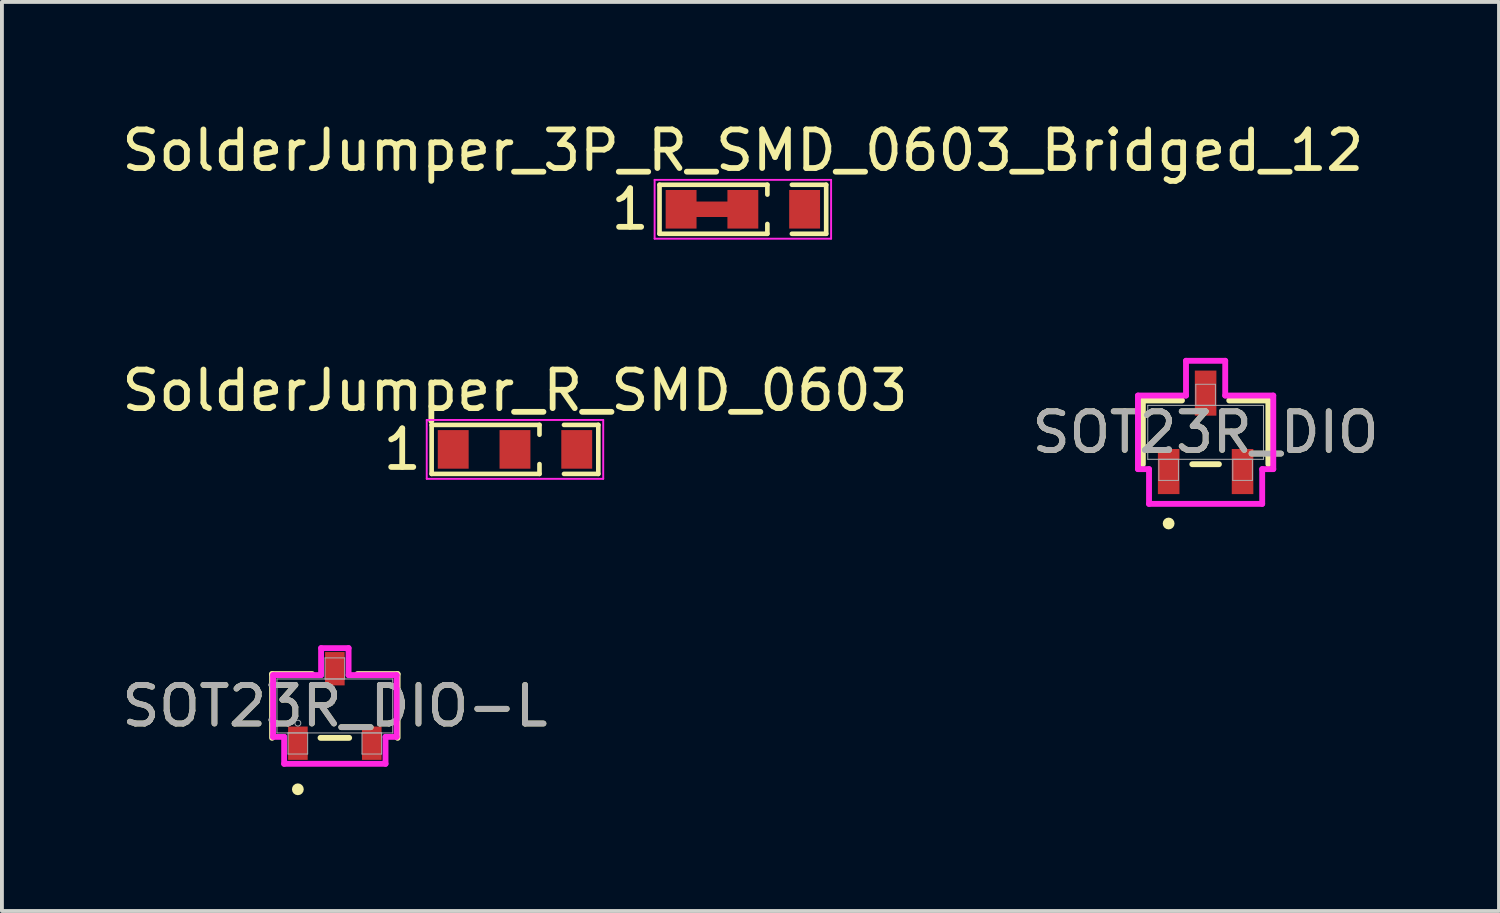
<source format=kicad_pcb>
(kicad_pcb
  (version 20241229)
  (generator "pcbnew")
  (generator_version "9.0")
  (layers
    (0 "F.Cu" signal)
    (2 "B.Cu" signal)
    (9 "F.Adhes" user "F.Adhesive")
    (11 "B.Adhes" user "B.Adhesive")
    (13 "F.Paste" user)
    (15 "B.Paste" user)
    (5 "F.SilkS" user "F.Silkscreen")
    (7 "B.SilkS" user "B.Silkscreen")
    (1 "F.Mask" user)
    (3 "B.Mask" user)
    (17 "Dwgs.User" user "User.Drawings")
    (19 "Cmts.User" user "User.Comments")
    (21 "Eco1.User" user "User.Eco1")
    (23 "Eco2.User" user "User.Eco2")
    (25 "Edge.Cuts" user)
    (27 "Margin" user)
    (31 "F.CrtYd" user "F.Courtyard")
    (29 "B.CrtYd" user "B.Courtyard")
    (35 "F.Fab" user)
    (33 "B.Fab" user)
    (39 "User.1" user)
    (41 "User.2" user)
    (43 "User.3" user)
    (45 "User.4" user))
  (footprint "SolderJumper_R_SMD_0603"
    (layer "F.Cu")
    (at 10.292 8.593)
    (property "Reference" "SolderJumper_R_SMD_0603" (at 0 -1.524 0) (layer "F.SilkS") (effects (font (size 1 1) (thickness 0.15))))
    (attr exclude_from_pos_files exclude_from_bom)
    (fp_line (start -2.159 -0.635) (end 0.635 -0.635) (stroke (width 0.12) (type solid)) (layer "F.SilkS"))
    (fp_line (start -2.159 0.635) (end -2.159 -0.635) (stroke (width 0.12) (type solid)) (layer "F.SilkS"))
    (fp_line (start 0.635 -0.635) (end 0.635 -0.381) (stroke (width 0.12) (type solid)) (layer "F.SilkS"))
    (fp_line (start 0.635 0.381) (end 0.635 0.635) (stroke (width 0.12) (type solid)) (layer "F.SilkS"))
    (fp_line (start 0.635 0.635) (end -2.159 0.635) (stroke (width 0.12) (type solid)) (layer "F.SilkS"))
    (fp_line (start 1.27 -0.635) (end 2.159 -0.635) (stroke (width 0.12) (type solid)) (layer "F.SilkS"))
    (fp_line (start 1.27 0.635) (end 2.159 0.635) (stroke (width 0.12) (type solid)) (layer "F.SilkS"))
    (fp_line (start 2.159 -0.635) (end 2.159 0.635) (stroke (width 0.12) (type solid)) (layer "F.SilkS"))
    (fp_line (start -2.286 -0.762) (end -2.286 0.762) (stroke (width 0.05) (type solid)) (layer "F.CrtYd"))
    (fp_line (start -2.286 -0.762) (end 2.286 -0.762) (stroke (width 0.05) (type solid)) (layer "F.CrtYd"))
    (fp_line (start 2.286 0.762) (end -2.286 0.762) (stroke (width 0.05) (type solid)) (layer "F.CrtYd"))
    (fp_line (start 2.286 0.762) (end 2.286 -0.762) (stroke (width 0.05) (type solid)) (layer "F.CrtYd"))
    (fp_text user "1" (at -2.921 0 0) (layer "F.SilkS") (effects (font (size 1 1) (thickness 0.15))))
    (pad "1" smd rect (at -1.6 0) (size 0.8 1) (layers "F.Cu" "F.Mask"))
    (pad "2" smd rect (at 0 0) (size 0.8 1) (layers "F.Cu" "F.Mask"))
    (pad "3" smd rect (at 1.6 0) (size 0.8 1) (layers "F.Cu" "F.Mask")))
  (footprint "SOT23R_DIO"
    (layer "F.Cu")
    (at 28.185 8.151)
    (property "Reference" "SOT23R_DIO" (at 0 0 0) (unlocked yes) (layer "F.SilkS") (effects (font (size 1 1) (thickness 0.15))))
    (attr smd)
    (fp_line (start -1.626 -0.826) (end -1.626 0.826) (stroke (width 0.152) (type solid)) (layer "F.SilkS"))
    (fp_line (start -0.612 -0.826) (end -1.626 -0.826) (stroke (width 0.152) (type solid)) (layer "F.SilkS"))
    (fp_line (start -0.345 0.826) (end 0.345 0.826) (stroke (width 0.152) (type solid)) (layer "F.SilkS"))
    (fp_line (start 1.626 -0.826) (end 0.612 -0.826) (stroke (width 0.152) (type solid)) (layer "F.SilkS"))
    (fp_line (start 1.626 0.826) (end 1.626 -0.826) (stroke (width 0.152) (type solid)) (layer "F.SilkS"))
    (fp_circle (center -0.958 2.362) (end -0.881 2.362) (stroke (width 0.152) (type solid)) (fill no) (layer "F.SilkS"))
    (fp_line (start -1.753 -0.953) (end -0.508 -0.953) (stroke (width 0.152) (type solid)) (layer "F.CrtYd"))
    (fp_line (start -1.753 0.953) (end -1.753 -0.953) (stroke (width 0.152) (type solid)) (layer "F.CrtYd"))
    (fp_line (start -1.753 0.953) (end -1.466 0.953) (stroke (width 0.152) (type solid)) (layer "F.CrtYd"))
    (fp_line (start -1.466 0.953) (end -1.466 1.854) (stroke (width 0.152) (type solid)) (layer "F.CrtYd"))
    (fp_line (start -1.466 1.854) (end 1.466 1.854) (stroke (width 0.152) (type solid)) (layer "F.CrtYd"))
    (fp_line (start -0.508 -1.854) (end 0.508 -1.854) (stroke (width 0.152) (type solid)) (layer "F.CrtYd"))
    (fp_line (start -0.508 -0.953) (end -0.508 -1.854) (stroke (width 0.152) (type solid)) (layer "F.CrtYd"))
    (fp_line (start 0.508 -0.953) (end 0.508 -1.854) (stroke (width 0.152) (type solid)) (layer "F.CrtYd"))
    (fp_line (start 1.466 0.953) (end 1.466 1.854) (stroke (width 0.152) (type solid)) (layer "F.CrtYd"))
    (fp_line (start 1.753 -0.953) (end 0.508 -0.953) (stroke (width 0.152) (type solid)) (layer "F.CrtYd"))
    (fp_line (start 1.753 -0.953) (end 1.753 0.953) (stroke (width 0.152) (type solid)) (layer "F.CrtYd"))
    (fp_line (start 1.753 0.953) (end 1.466 0.953) (stroke (width 0.152) (type solid)) (layer "F.CrtYd"))
    (fp_line (start -1.499 -0.699) (end -1.499 0.699) (stroke (width 0.025) (type solid)) (layer "F.Fab"))
    (fp_line (start -1.499 0.699) (end 1.499 0.699) (stroke (width 0.025) (type solid)) (layer "F.Fab"))
    (fp_line (start -1.212 0.699) (end -1.212 1.245) (stroke (width 0.025) (type solid)) (layer "F.Fab"))
    (fp_line (start -1.212 1.245) (end -0.704 1.245) (stroke (width 0.025) (type solid)) (layer "F.Fab"))
    (fp_line (start -0.704 0.699) (end -1.212 0.699) (stroke (width 0.025) (type solid)) (layer "F.Fab"))
    (fp_line (start -0.704 1.245) (end -0.704 0.699) (stroke (width 0.025) (type solid)) (layer "F.Fab"))
    (fp_line (start -0.254 -1.245) (end -0.254 -0.699) (stroke (width 0.025) (type solid)) (layer "F.Fab"))
    (fp_line (start -0.254 -0.699) (end 0.254 -0.699) (stroke (width 0.025) (type solid)) (layer "F.Fab"))
    (fp_line (start 0.254 -1.245) (end -0.254 -1.245) (stroke (width 0.025) (type solid)) (layer "F.Fab"))
    (fp_line (start 0.254 -0.699) (end 0.254 -1.245) (stroke (width 0.025) (type solid)) (layer "F.Fab"))
    (fp_line (start 0.704 0.699) (end 0.704 1.245) (stroke (width 0.025) (type solid)) (layer "F.Fab"))
    (fp_line (start 0.704 1.245) (end 1.212 1.245) (stroke (width 0.025) (type solid)) (layer "F.Fab"))
    (fp_line (start 1.212 0.699) (end 0.704 0.699) (stroke (width 0.025) (type solid)) (layer "F.Fab"))
    (fp_line (start 1.212 1.245) (end 1.212 0.699) (stroke (width 0.025) (type solid)) (layer "F.Fab"))
    (fp_line (start 1.499 -0.699) (end -1.499 -0.699) (stroke (width 0.025) (type solid)) (layer "F.Fab"))
    (fp_line (start 1.499 0.699) (end 1.499 -0.699) (stroke (width 0.025) (type solid)) (layer "F.Fab"))
    (fp_circle (center -0.958 0.445) (end -0.881 0.445) (stroke (width 0.025) (type solid)) (fill no) (layer "F.Fab"))
    (fp_text user "${REFERENCE}" (at 0 0 0) (unlocked yes) (layer "F.Fab") (effects (font (size 1 1) (thickness 0.15))))
    (pad "1" smd rect (at -0.957 1.016) (size 0.559 1.168) (layers "F.Cu" "F.Mask" "F.Paste"))
    (pad "2" smd rect (at 0.957 1.016) (size 0.559 1.168) (layers "F.Cu" "F.Mask" "F.Paste"))
    (pad "3" smd rect (at 0 -1.016) (size 0.559 1.168) (layers "F.Cu" "F.Mask" "F.Paste")))
  (footprint "SOT23R_DIO-L"
    (layer "F.Cu")
    (at 5.625 15.24)
    (property "Reference" "SOT23R_DIO-L" (at 0 0 0) (unlocked yes) (layer "F.SilkS") (effects (font (size 1 1) (thickness 0.15))))
    (attr smd)
    (fp_line (start -1.626 -0.826) (end -1.626 0.826) (stroke (width 0.152) (type solid)) (layer "F.SilkS"))
    (fp_line (start -0.587 -0.826) (end -1.626 -0.826) (stroke (width 0.152) (type solid)) (layer "F.SilkS"))
    (fp_line (start -0.371 0.826) (end 0.371 0.826) (stroke (width 0.152) (type solid)) (layer "F.SilkS"))
    (fp_line (start 1.626 -0.826) (end 0.587 -0.826) (stroke (width 0.152) (type solid)) (layer "F.SilkS"))
    (fp_line (start 1.626 0.826) (end 1.626 -0.826) (stroke (width 0.152) (type solid)) (layer "F.SilkS"))
    (fp_circle (center -0.958 2.159) (end -0.881 2.159) (stroke (width 0.152) (type solid)) (fill no) (layer "F.SilkS"))
    (fp_line (start -1.6 -0.8) (end -0.356 -0.8) (stroke (width 0.152) (type solid)) (layer "F.CrtYd"))
    (fp_line (start -1.6 0.8) (end -1.6 -0.8) (stroke (width 0.152) (type solid)) (layer "F.CrtYd"))
    (fp_line (start -1.6 0.8) (end -1.313 0.8) (stroke (width 0.152) (type solid)) (layer "F.CrtYd"))
    (fp_line (start -1.313 0.8) (end -1.313 1.499) (stroke (width 0.152) (type solid)) (layer "F.CrtYd"))
    (fp_line (start -1.313 1.499) (end 1.313 1.499) (stroke (width 0.152) (type solid)) (layer "F.CrtYd"))
    (fp_line (start -0.356 -1.499) (end 0.356 -1.499) (stroke (width 0.152) (type solid)) (layer "F.CrtYd"))
    (fp_line (start -0.356 -0.8) (end -0.356 -1.499) (stroke (width 0.152) (type solid)) (layer "F.CrtYd"))
    (fp_line (start 0.356 -0.8) (end 0.356 -1.499) (stroke (width 0.152) (type solid)) (layer "F.CrtYd"))
    (fp_line (start 1.313 0.8) (end 1.313 1.499) (stroke (width 0.152) (type solid)) (layer "F.CrtYd"))
    (fp_line (start 1.6 -0.8) (end 0.356 -0.8) (stroke (width 0.152) (type solid)) (layer "F.CrtYd"))
    (fp_line (start 1.6 -0.8) (end 1.6 0.8) (stroke (width 0.152) (type solid)) (layer "F.CrtYd"))
    (fp_line (start 1.6 0.8) (end 1.313 0.8) (stroke (width 0.152) (type solid)) (layer "F.CrtYd"))
    (fp_line (start -1.499 -0.699) (end -1.499 0.699) (stroke (width 0.025) (type solid)) (layer "F.Fab"))
    (fp_line (start -1.499 0.699) (end 1.499 0.699) (stroke (width 0.025) (type solid)) (layer "F.Fab"))
    (fp_line (start -1.212 0.699) (end -1.212 1.245) (stroke (width 0.025) (type solid)) (layer "F.Fab"))
    (fp_line (start -1.212 1.245) (end -0.704 1.245) (stroke (width 0.025) (type solid)) (layer "F.Fab"))
    (fp_line (start -0.704 0.699) (end -1.212 0.699) (stroke (width 0.025) (type solid)) (layer "F.Fab"))
    (fp_line (start -0.704 1.245) (end -0.704 0.699) (stroke (width 0.025) (type solid)) (layer "F.Fab"))
    (fp_line (start -0.254 -1.245) (end -0.254 -0.699) (stroke (width 0.025) (type solid)) (layer "F.Fab"))
    (fp_line (start -0.254 -0.699) (end 0.254 -0.699) (stroke (width 0.025) (type solid)) (layer "F.Fab"))
    (fp_line (start 0.254 -1.245) (end -0.254 -1.245) (stroke (width 0.025) (type solid)) (layer "F.Fab"))
    (fp_line (start 0.254 -0.699) (end 0.254 -1.245) (stroke (width 0.025) (type solid)) (layer "F.Fab"))
    (fp_line (start 0.704 0.699) (end 0.704 1.245) (stroke (width 0.025) (type solid)) (layer "F.Fab"))
    (fp_line (start 0.704 1.245) (end 1.212 1.245) (stroke (width 0.025) (type solid)) (layer "F.Fab"))
    (fp_line (start 1.212 0.699) (end 0.704 0.699) (stroke (width 0.025) (type solid)) (layer "F.Fab"))
    (fp_line (start 1.212 1.245) (end 1.212 0.699) (stroke (width 0.025) (type solid)) (layer "F.Fab"))
    (fp_line (start 1.499 -0.699) (end -1.499 -0.699) (stroke (width 0.025) (type solid)) (layer "F.Fab"))
    (fp_line (start 1.499 0.699) (end 1.499 -0.699) (stroke (width 0.025) (type solid)) (layer "F.Fab"))
    (fp_circle (center -0.958 0.445) (end -0.881 0.445) (stroke (width 0.025) (type solid)) (fill no) (layer "F.Fab"))
    (fp_text user "${REFERENCE}" (at 0 0 0) (unlocked yes) (layer "F.Fab") (effects (font (size 1 1) (thickness 0.15))))
    (pad "1" smd rect (at -0.957 0.965) (size 0.508 0.864) (layers "F.Cu" "F.Mask" "F.Paste"))
    (pad "2" smd rect (at 0.957 0.965) (size 0.508 0.864) (layers "F.Cu" "F.Mask" "F.Paste"))
    (pad "3" smd rect (at 0 -0.965) (size 0.508 0.864) (layers "F.Cu" "F.Mask" "F.Paste")))
  (footprint "SolderJumper_3P_R_SMD_0603_Bridged_12"
    (layer "F.Cu")
    (at 16.196 2.372)
    (property "Reference" "SolderJumper_3P_R_SMD_0603_Bridged_12" (at 0 -1.524 0) (layer "F.SilkS") (effects (font (size 1 1) (thickness 0.15))))
    (attr exclude_from_pos_files exclude_from_bom)
    (fp_line (start -1.524 0) (end -0.254 0) (stroke (width 0.4) (type default)) (layer "F.Cu"))
    (fp_line (start -2.159 -0.635) (end 0.635 -0.635) (stroke (width 0.12) (type solid)) (layer "F.SilkS"))
    (fp_line (start -2.159 0.635) (end -2.159 -0.635) (stroke (width 0.12) (type solid)) (layer "F.SilkS"))
    (fp_line (start 0.635 -0.635) (end 0.635 -0.381) (stroke (width 0.12) (type solid)) (layer "F.SilkS"))
    (fp_line (start 0.635 0.381) (end 0.635 0.635) (stroke (width 0.12) (type solid)) (layer "F.SilkS"))
    (fp_line (start 0.635 0.635) (end -2.159 0.635) (stroke (width 0.12) (type solid)) (layer "F.SilkS"))
    (fp_line (start 1.27 -0.635) (end 2.159 -0.635) (stroke (width 0.12) (type solid)) (layer "F.SilkS"))
    (fp_line (start 1.27 0.635) (end 2.159 0.635) (stroke (width 0.12) (type solid)) (layer "F.SilkS"))
    (fp_line (start 2.159 -0.635) (end 2.159 0.635) (stroke (width 0.12) (type solid)) (layer "F.SilkS"))
    (fp_line (start -2.286 -0.762) (end -2.286 0.762) (stroke (width 0.05) (type solid)) (layer "F.CrtYd"))
    (fp_line (start -2.286 -0.762) (end 2.286 -0.762) (stroke (width 0.05) (type solid)) (layer "F.CrtYd"))
    (fp_line (start 2.286 0.762) (end -2.286 0.762) (stroke (width 0.05) (type solid)) (layer "F.CrtYd"))
    (fp_line (start 2.286 0.762) (end 2.286 -0.762) (stroke (width 0.05) (type solid)) (layer "F.CrtYd"))
    (fp_text user "1" (at -2.921 0 0) (layer "F.SilkS") (effects (font (size 1 1) (thickness 0.15))))
    (pad "1" smd rect (at -1.6 0) (size 0.8 1) (layers "F.Cu" "F.Mask"))
    (pad "2" smd rect (at 0 0) (size 0.8 1) (layers "F.Cu" "F.Mask"))
    (pad "3" smd rect (at 1.6 0) (size 0.8 1) (layers "F.Cu" "F.Mask")))
  (gr_rect
    (start -3 -3)
    (end 35.786 20.552)
    (stroke (width 0.1) (type default))
    (fill no)
    (layer "Edge.Cuts")))
</source>
